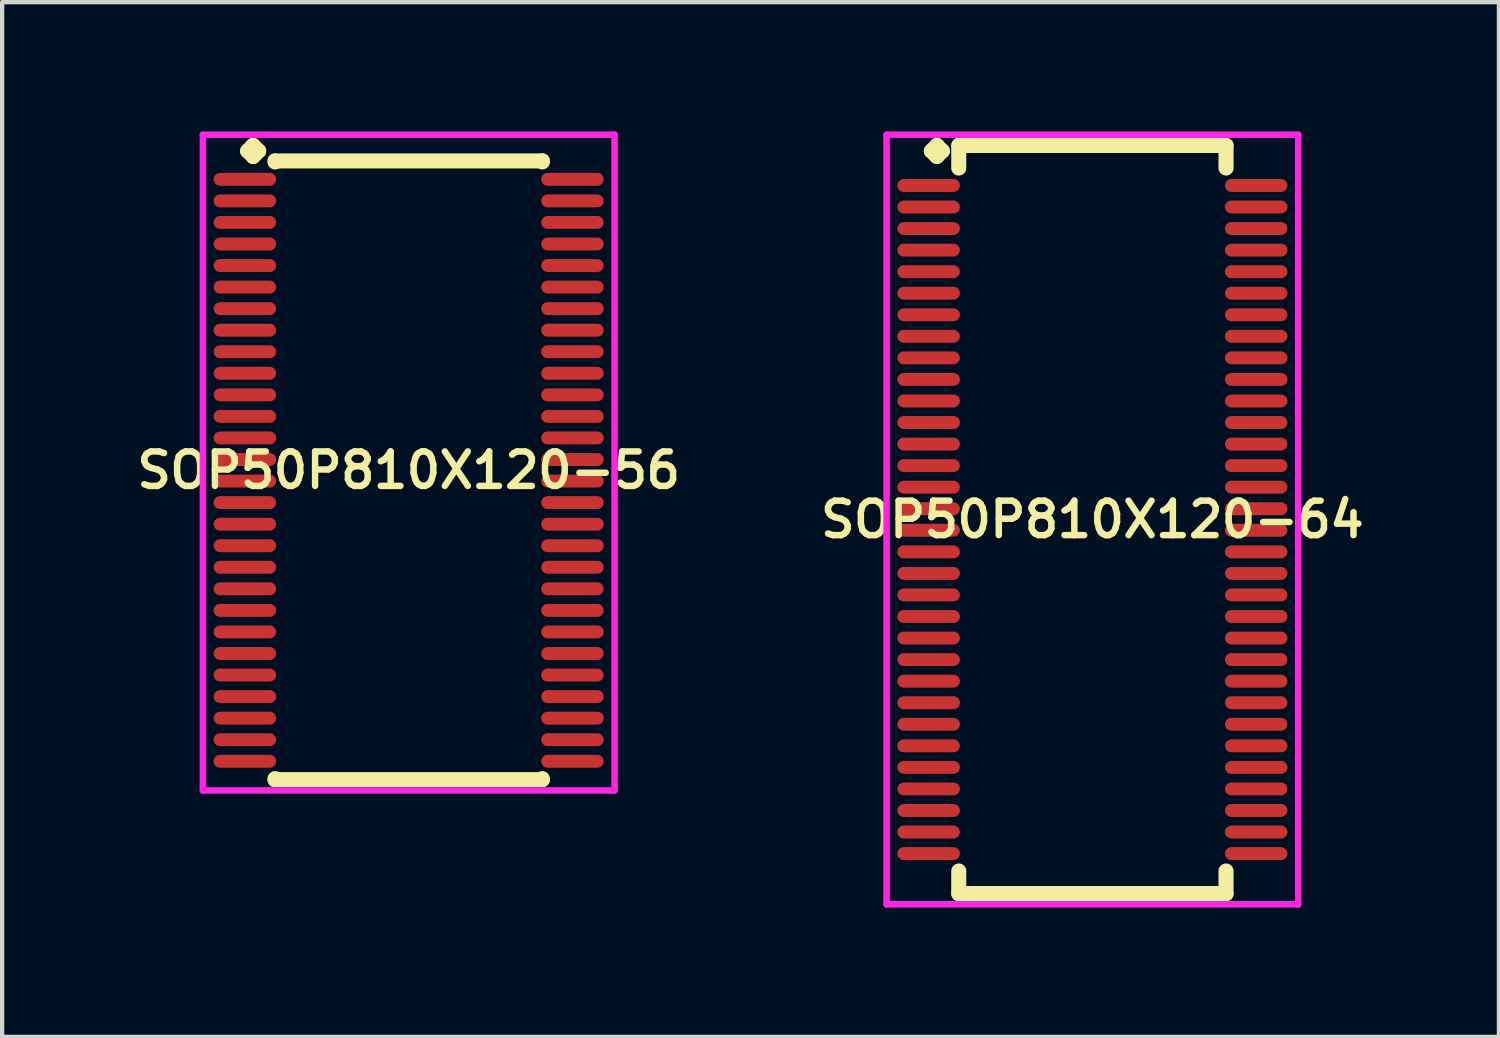
<source format=kicad_pcb>
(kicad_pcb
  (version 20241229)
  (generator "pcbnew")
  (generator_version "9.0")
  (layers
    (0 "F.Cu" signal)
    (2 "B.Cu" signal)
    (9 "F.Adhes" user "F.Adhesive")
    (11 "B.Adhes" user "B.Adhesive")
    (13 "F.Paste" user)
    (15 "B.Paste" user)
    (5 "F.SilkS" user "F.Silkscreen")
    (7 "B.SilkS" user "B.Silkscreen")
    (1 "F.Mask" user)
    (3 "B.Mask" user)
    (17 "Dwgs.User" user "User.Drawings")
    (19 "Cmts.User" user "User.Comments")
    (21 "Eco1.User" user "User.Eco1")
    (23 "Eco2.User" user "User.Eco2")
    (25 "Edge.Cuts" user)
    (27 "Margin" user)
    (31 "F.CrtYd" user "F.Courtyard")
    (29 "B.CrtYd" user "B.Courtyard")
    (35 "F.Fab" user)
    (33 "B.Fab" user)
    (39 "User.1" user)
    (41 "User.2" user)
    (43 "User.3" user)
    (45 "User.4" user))
  (footprint "SOP50P810X120-64"
    (layer "F.Cu")
    (at 22.292 9.002)
    (property "Reference" "SOP50P810X120-64" (at 0 0 0) (layer "F.SilkS") (effects (font (size 0.8 0.8) (thickness 0.15))))
    (attr through_hole)
    (fp_line (start -3.735 -8.55) (end -3.608 -8.677) (stroke (width 0.35) (type solid)) (layer "F.SilkS"))
    (fp_line (start -3.608 -8.677) (end -3.481 -8.55) (stroke (width 0.35) (type solid)) (layer "F.SilkS"))
    (fp_line (start -3.608 -8.423) (end -3.735 -8.55) (stroke (width 0.35) (type solid)) (layer "F.SilkS"))
    (fp_line (start -3.481 -8.55) (end -3.608 -8.423) (stroke (width 0.35) (type solid)) (layer "F.SilkS"))
    (fp_line (start -3.1 -8.677) (end 3.1 -8.677) (stroke (width 0.35) (type solid)) (layer "F.SilkS"))
    (fp_line (start -3.1 -8.154) (end -3.1 -8.677) (stroke (width 0.35) (type solid)) (layer "F.SilkS"))
    (fp_line (start -3.1 8.154) (end -3.1 8.677) (stroke (width 0.35) (type solid)) (layer "F.SilkS"))
    (fp_line (start -3.1 8.677) (end 3.1 8.677) (stroke (width 0.35) (type solid)) (layer "F.SilkS"))
    (fp_line (start 3.1 -8.677) (end 3.1 -8.154) (stroke (width 0.35) (type solid)) (layer "F.SilkS"))
    (fp_line (start 3.1 8.677) (end 3.1 8.154) (stroke (width 0.35) (type solid)) (layer "F.SilkS"))
    (fp_line (start -4.775 -8.927) (end 4.775 -8.927) (stroke (width 0.15) (type solid)) (layer "F.CrtYd"))
    (fp_line (start -4.775 8.927) (end -4.775 -8.927) (stroke (width 0.15) (type solid)) (layer "F.CrtYd"))
    (fp_line (start 4.775 -8.927) (end 4.775 8.927) (stroke (width 0.15) (type solid)) (layer "F.CrtYd"))
    (fp_line (start 4.775 8.927) (end -4.775 8.927) (stroke (width 0.15) (type solid)) (layer "F.CrtYd"))
    (pad "1" smd oval (at -3.8 -7.75) (size 1.45 0.3) (layers "F.Cu" "F.Mask" "F.Paste"))
    (pad "2" smd oval (at -3.8 -7.25) (size 1.45 0.3) (layers "F.Cu" "F.Mask" "F.Paste"))
    (pad "3" smd oval (at -3.8 -6.75) (size 1.45 0.3) (layers "F.Cu" "F.Mask" "F.Paste"))
    (pad "4" smd oval (at -3.8 -6.25) (size 1.45 0.3) (layers "F.Cu" "F.Mask" "F.Paste"))
    (pad "5" smd oval (at -3.8 -5.75) (size 1.45 0.3) (layers "F.Cu" "F.Mask" "F.Paste"))
    (pad "6" smd oval (at -3.8 -5.25) (size 1.45 0.3) (layers "F.Cu" "F.Mask" "F.Paste"))
    (pad "7" smd oval (at -3.8 -4.75) (size 1.45 0.3) (layers "F.Cu" "F.Mask" "F.Paste"))
    (pad "8" smd oval (at -3.8 -4.25) (size 1.45 0.3) (layers "F.Cu" "F.Mask" "F.Paste"))
    (pad "9" smd oval (at -3.8 -3.75) (size 1.45 0.3) (layers "F.Cu" "F.Mask" "F.Paste"))
    (pad "10" smd oval (at -3.8 -3.25) (size 1.45 0.3) (layers "F.Cu" "F.Mask" "F.Paste"))
    (pad "11" smd oval (at -3.8 -2.75) (size 1.45 0.3) (layers "F.Cu" "F.Mask" "F.Paste"))
    (pad "12" smd oval (at -3.8 -2.25) (size 1.45 0.3) (layers "F.Cu" "F.Mask" "F.Paste"))
    (pad "13" smd oval (at -3.8 -1.75) (size 1.45 0.3) (layers "F.Cu" "F.Mask" "F.Paste"))
    (pad "14" smd oval (at -3.8 -1.25) (size 1.45 0.3) (layers "F.Cu" "F.Mask" "F.Paste"))
    (pad "15" smd oval (at -3.8 -0.75) (size 1.45 0.3) (layers "F.Cu" "F.Mask" "F.Paste"))
    (pad "16" smd oval (at -3.8 -0.25) (size 1.45 0.3) (layers "F.Cu" "F.Mask" "F.Paste"))
    (pad "17" smd oval (at -3.8 0.25) (size 1.45 0.3) (layers "F.Cu" "F.Mask" "F.Paste"))
    (pad "18" smd oval (at -3.8 0.75) (size 1.45 0.3) (layers "F.Cu" "F.Mask" "F.Paste"))
    (pad "19" smd oval (at -3.8 1.25) (size 1.45 0.3) (layers "F.Cu" "F.Mask" "F.Paste"))
    (pad "20" smd oval (at -3.8 1.75) (size 1.45 0.3) (layers "F.Cu" "F.Mask" "F.Paste"))
    (pad "21" smd oval (at -3.8 2.25) (size 1.45 0.3) (layers "F.Cu" "F.Mask" "F.Paste"))
    (pad "22" smd oval (at -3.8 2.75) (size 1.45 0.3) (layers "F.Cu" "F.Mask" "F.Paste"))
    (pad "23" smd oval (at -3.8 3.25) (size 1.45 0.3) (layers "F.Cu" "F.Mask" "F.Paste"))
    (pad "24" smd oval (at -3.8 3.75) (size 1.45 0.3) (layers "F.Cu" "F.Mask" "F.Paste"))
    (pad "25" smd oval (at -3.8 4.25) (size 1.45 0.3) (layers "F.Cu" "F.Mask" "F.Paste"))
    (pad "26" smd oval (at -3.8 4.75) (size 1.45 0.3) (layers "F.Cu" "F.Mask" "F.Paste"))
    (pad "27" smd oval (at -3.8 5.25) (size 1.45 0.3) (layers "F.Cu" "F.Mask" "F.Paste"))
    (pad "28" smd oval (at -3.8 5.75) (size 1.45 0.3) (layers "F.Cu" "F.Mask" "F.Paste"))
    (pad "29" smd oval (at -3.8 6.25) (size 1.45 0.3) (layers "F.Cu" "F.Mask" "F.Paste"))
    (pad "30" smd oval (at -3.8 6.75) (size 1.45 0.3) (layers "F.Cu" "F.Mask" "F.Paste"))
    (pad "31" smd oval (at -3.8 7.25) (size 1.45 0.3) (layers "F.Cu" "F.Mask" "F.Paste"))
    (pad "32" smd oval (at -3.8 7.75) (size 1.45 0.3) (layers "F.Cu" "F.Mask" "F.Paste"))
    (pad "33" smd oval (at 3.8 7.75) (size 1.45 0.3) (layers "F.Cu" "F.Mask" "F.Paste"))
    (pad "34" smd oval (at 3.8 7.25) (size 1.45 0.3) (layers "F.Cu" "F.Mask" "F.Paste"))
    (pad "35" smd oval (at 3.8 6.75) (size 1.45 0.3) (layers "F.Cu" "F.Mask" "F.Paste"))
    (pad "36" smd oval (at 3.8 6.25) (size 1.45 0.3) (layers "F.Cu" "F.Mask" "F.Paste"))
    (pad "37" smd oval (at 3.8 5.75) (size 1.45 0.3) (layers "F.Cu" "F.Mask" "F.Paste"))
    (pad "38" smd oval (at 3.8 5.25) (size 1.45 0.3) (layers "F.Cu" "F.Mask" "F.Paste"))
    (pad "39" smd oval (at 3.8 4.75) (size 1.45 0.3) (layers "F.Cu" "F.Mask" "F.Paste"))
    (pad "40" smd oval (at 3.8 4.25) (size 1.45 0.3) (layers "F.Cu" "F.Mask" "F.Paste"))
    (pad "41" smd oval (at 3.8 3.75) (size 1.45 0.3) (layers "F.Cu" "F.Mask" "F.Paste"))
    (pad "42" smd oval (at 3.8 3.25) (size 1.45 0.3) (layers "F.Cu" "F.Mask" "F.Paste"))
    (pad "43" smd oval (at 3.8 2.75) (size 1.45 0.3) (layers "F.Cu" "F.Mask" "F.Paste"))
    (pad "44" smd oval (at 3.8 2.25) (size 1.45 0.3) (layers "F.Cu" "F.Mask" "F.Paste"))
    (pad "45" smd oval (at 3.8 1.75) (size 1.45 0.3) (layers "F.Cu" "F.Mask" "F.Paste"))
    (pad "46" smd oval (at 3.8 1.25) (size 1.45 0.3) (layers "F.Cu" "F.Mask" "F.Paste"))
    (pad "47" smd oval (at 3.8 0.75) (size 1.45 0.3) (layers "F.Cu" "F.Mask" "F.Paste"))
    (pad "48" smd oval (at 3.8 0.25) (size 1.45 0.3) (layers "F.Cu" "F.Mask" "F.Paste"))
    (pad "49" smd oval (at 3.8 -0.25) (size 1.45 0.3) (layers "F.Cu" "F.Mask" "F.Paste"))
    (pad "50" smd oval (at 3.8 -0.75) (size 1.45 0.3) (layers "F.Cu" "F.Mask" "F.Paste"))
    (pad "51" smd oval (at 3.8 -1.25) (size 1.45 0.3) (layers "F.Cu" "F.Mask" "F.Paste"))
    (pad "52" smd oval (at 3.8 -1.75) (size 1.45 0.3) (layers "F.Cu" "F.Mask" "F.Paste"))
    (pad "53" smd oval (at 3.8 -2.25) (size 1.45 0.3) (layers "F.Cu" "F.Mask" "F.Paste"))
    (pad "54" smd oval (at 3.8 -2.75) (size 1.45 0.3) (layers "F.Cu" "F.Mask" "F.Paste"))
    (pad "55" smd oval (at 3.8 -3.25) (size 1.45 0.3) (layers "F.Cu" "F.Mask" "F.Paste"))
    (pad "56" smd oval (at 3.8 -3.75) (size 1.45 0.3) (layers "F.Cu" "F.Mask" "F.Paste"))
    (pad "57" smd oval (at 3.8 -4.25) (size 1.45 0.3) (layers "F.Cu" "F.Mask" "F.Paste"))
    (pad "58" smd oval (at 3.8 -4.75) (size 1.45 0.3) (layers "F.Cu" "F.Mask" "F.Paste"))
    (pad "59" smd oval (at 3.8 -5.25) (size 1.45 0.3) (layers "F.Cu" "F.Mask" "F.Paste"))
    (pad "60" smd oval (at 3.8 -5.75) (size 1.45 0.3) (layers "F.Cu" "F.Mask" "F.Paste"))
    (pad "61" smd oval (at 3.8 -6.25) (size 1.45 0.3) (layers "F.Cu" "F.Mask" "F.Paste"))
    (pad "62" smd oval (at 3.8 -6.75) (size 1.45 0.3) (layers "F.Cu" "F.Mask" "F.Paste"))
    (pad "63" smd oval (at 3.8 -7.25) (size 1.45 0.3) (layers "F.Cu" "F.Mask" "F.Paste"))
    (pad "64" smd oval (at 3.8 -7.75) (size 1.45 0.3) (layers "F.Cu" "F.Mask" "F.Paste")))
  (footprint "SOP50P810X120-56"
    (layer "F.Cu")
    (at 6.431 7.86)
    (property "Reference" "SOP50P810X120-56" (at 0 0 0) (layer "F.SilkS") (effects (font (size 0.8 0.8) (thickness 0.15))))
    (attr smd)
    (fp_line (start -3.735 -7.408) (end -3.608 -7.535) (stroke (width 0.35) (type solid)) (layer "F.SilkS"))
    (fp_line (start -3.608 -7.535) (end -3.481 -7.408) (stroke (width 0.35) (type solid)) (layer "F.SilkS"))
    (fp_line (start -3.608 -7.281) (end -3.735 -7.408) (stroke (width 0.35) (type solid)) (layer "F.SilkS"))
    (fp_line (start -3.481 -7.408) (end -3.608 -7.281) (stroke (width 0.35) (type solid)) (layer "F.SilkS"))
    (fp_line (start -3.1 -7.177) (end 3.1 -7.177) (stroke (width 0.35) (type solid)) (layer "F.SilkS"))
    (fp_line (start -3.1 -7.154) (end -3.1 -7.177) (stroke (width 0.35) (type solid)) (layer "F.SilkS"))
    (fp_line (start -3.1 7.154) (end -3.1 7.177) (stroke (width 0.35) (type solid)) (layer "F.SilkS"))
    (fp_line (start -3.1 7.177) (end 3.1 7.177) (stroke (width 0.35) (type solid)) (layer "F.SilkS"))
    (fp_line (start 3.1 -7.177) (end 3.1 -7.154) (stroke (width 0.35) (type solid)) (layer "F.SilkS"))
    (fp_line (start 3.1 7.177) (end 3.1 7.154) (stroke (width 0.35) (type solid)) (layer "F.SilkS"))
    (fp_line (start -4.775 -7.785) (end 4.775 -7.785) (stroke (width 0.15) (type solid)) (layer "F.CrtYd"))
    (fp_line (start -4.775 7.427) (end -4.775 -7.785) (stroke (width 0.15) (type solid)) (layer "F.CrtYd"))
    (fp_line (start 4.775 -7.785) (end 4.775 7.427) (stroke (width 0.15) (type solid)) (layer "F.CrtYd"))
    (fp_line (start 4.775 7.427) (end -4.775 7.427) (stroke (width 0.15) (type solid)) (layer "F.CrtYd"))
    (pad "1" smd oval (at -3.8 -6.75) (size 1.45 0.3) (layers "F.Cu" "F.Mask" "F.Paste"))
    (pad "2" smd oval (at -3.8 -6.25) (size 1.45 0.3) (layers "F.Cu" "F.Mask" "F.Paste"))
    (pad "3" smd oval (at -3.8 -5.75) (size 1.45 0.3) (layers "F.Cu" "F.Mask" "F.Paste"))
    (pad "4" smd oval (at -3.8 -5.25) (size 1.45 0.3) (layers "F.Cu" "F.Mask" "F.Paste"))
    (pad "5" smd oval (at -3.8 -4.75) (size 1.45 0.3) (layers "F.Cu" "F.Mask" "F.Paste"))
    (pad "6" smd oval (at -3.8 -4.25) (size 1.45 0.3) (layers "F.Cu" "F.Mask" "F.Paste"))
    (pad "7" smd oval (at -3.8 -3.75) (size 1.45 0.3) (layers "F.Cu" "F.Mask" "F.Paste"))
    (pad "8" smd oval (at -3.8 -3.25) (size 1.45 0.3) (layers "F.Cu" "F.Mask" "F.Paste"))
    (pad "9" smd oval (at -3.8 -2.75) (size 1.45 0.3) (layers "F.Cu" "F.Mask" "F.Paste"))
    (pad "10" smd oval (at -3.8 -2.25) (size 1.45 0.3) (layers "F.Cu" "F.Mask" "F.Paste"))
    (pad "11" smd oval (at -3.8 -1.75) (size 1.45 0.3) (layers "F.Cu" "F.Mask" "F.Paste"))
    (pad "12" smd oval (at -3.8 -1.25) (size 1.45 0.3) (layers "F.Cu" "F.Mask" "F.Paste"))
    (pad "13" smd oval (at -3.8 -0.75) (size 1.45 0.3) (layers "F.Cu" "F.Mask" "F.Paste"))
    (pad "14" smd oval (at -3.8 -0.25) (size 1.45 0.3) (layers "F.Cu" "F.Mask" "F.Paste"))
    (pad "15" smd oval (at -3.8 0.25) (size 1.45 0.3) (layers "F.Cu" "F.Mask" "F.Paste"))
    (pad "16" smd oval (at -3.8 0.75) (size 1.45 0.3) (layers "F.Cu" "F.Mask" "F.Paste"))
    (pad "17" smd oval (at -3.8 1.25) (size 1.45 0.3) (layers "F.Cu" "F.Mask" "F.Paste"))
    (pad "18" smd oval (at -3.8 1.75) (size 1.45 0.3) (layers "F.Cu" "F.Mask" "F.Paste"))
    (pad "19" smd oval (at -3.8 2.25) (size 1.45 0.3) (layers "F.Cu" "F.Mask" "F.Paste"))
    (pad "20" smd oval (at -3.8 2.75) (size 1.45 0.3) (layers "F.Cu" "F.Mask" "F.Paste"))
    (pad "21" smd oval (at -3.8 3.25) (size 1.45 0.3) (layers "F.Cu" "F.Mask" "F.Paste"))
    (pad "22" smd oval (at -3.8 3.75) (size 1.45 0.3) (layers "F.Cu" "F.Mask" "F.Paste"))
    (pad "23" smd oval (at -3.8 4.25) (size 1.45 0.3) (layers "F.Cu" "F.Mask" "F.Paste"))
    (pad "24" smd oval (at -3.8 4.75) (size 1.45 0.3) (layers "F.Cu" "F.Mask" "F.Paste"))
    (pad "25" smd oval (at -3.8 5.25) (size 1.45 0.3) (layers "F.Cu" "F.Mask" "F.Paste"))
    (pad "26" smd oval (at -3.8 5.75) (size 1.45 0.3) (layers "F.Cu" "F.Mask" "F.Paste"))
    (pad "27" smd oval (at -3.8 6.25) (size 1.45 0.3) (layers "F.Cu" "F.Mask" "F.Paste"))
    (pad "28" smd oval (at -3.8 6.75) (size 1.45 0.3) (layers "F.Cu" "F.Mask" "F.Paste"))
    (pad "29" smd oval (at 3.8 6.75) (size 1.45 0.3) (layers "F.Cu" "F.Mask" "F.Paste"))
    (pad "30" smd oval (at 3.8 6.25) (size 1.45 0.3) (layers "F.Cu" "F.Mask" "F.Paste"))
    (pad "31" smd oval (at 3.8 5.75) (size 1.45 0.3) (layers "F.Cu" "F.Mask" "F.Paste"))
    (pad "32" smd oval (at 3.8 5.25) (size 1.45 0.3) (layers "F.Cu" "F.Mask" "F.Paste"))
    (pad "33" smd oval (at 3.8 4.75) (size 1.45 0.3) (layers "F.Cu" "F.Mask" "F.Paste"))
    (pad "34" smd oval (at 3.8 4.25) (size 1.45 0.3) (layers "F.Cu" "F.Mask" "F.Paste"))
    (pad "35" smd oval (at 3.8 3.75) (size 1.45 0.3) (layers "F.Cu" "F.Mask" "F.Paste"))
    (pad "36" smd oval (at 3.8 3.25) (size 1.45 0.3) (layers "F.Cu" "F.Mask" "F.Paste"))
    (pad "37" smd oval (at 3.8 2.75) (size 1.45 0.3) (layers "F.Cu" "F.Mask" "F.Paste"))
    (pad "38" smd oval (at 3.8 2.25) (size 1.45 0.3) (layers "F.Cu" "F.Mask" "F.Paste"))
    (pad "39" smd oval (at 3.8 1.75) (size 1.45 0.3) (layers "F.Cu" "F.Mask" "F.Paste"))
    (pad "40" smd oval (at 3.8 1.25) (size 1.45 0.3) (layers "F.Cu" "F.Mask" "F.Paste"))
    (pad "41" smd oval (at 3.8 0.75) (size 1.45 0.3) (layers "F.Cu" "F.Mask" "F.Paste"))
    (pad "42" smd oval (at 3.8 0.25) (size 1.45 0.3) (layers "F.Cu" "F.Mask" "F.Paste"))
    (pad "43" smd oval (at 3.8 -0.25) (size 1.45 0.3) (layers "F.Cu" "F.Mask" "F.Paste"))
    (pad "44" smd oval (at 3.8 -0.75) (size 1.45 0.3) (layers "F.Cu" "F.Mask" "F.Paste"))
    (pad "45" smd oval (at 3.8 -1.25) (size 1.45 0.3) (layers "F.Cu" "F.Mask" "F.Paste"))
    (pad "46" smd oval (at 3.8 -1.75) (size 1.45 0.3) (layers "F.Cu" "F.Mask" "F.Paste"))
    (pad "47" smd oval (at 3.8 -2.25) (size 1.45 0.3) (layers "F.Cu" "F.Mask" "F.Paste"))
    (pad "48" smd oval (at 3.8 -2.75) (size 1.45 0.3) (layers "F.Cu" "F.Mask" "F.Paste"))
    (pad "49" smd oval (at 3.8 -3.25) (size 1.45 0.3) (layers "F.Cu" "F.Mask" "F.Paste"))
    (pad "50" smd oval (at 3.8 -3.75) (size 1.45 0.3) (layers "F.Cu" "F.Mask" "F.Paste"))
    (pad "51" smd oval (at 3.8 -4.25) (size 1.45 0.3) (layers "F.Cu" "F.Mask" "F.Paste"))
    (pad "52" smd oval (at 3.8 -4.75) (size 1.45 0.3) (layers "F.Cu" "F.Mask" "F.Paste"))
    (pad "53" smd oval (at 3.8 -5.25) (size 1.45 0.3) (layers "F.Cu" "F.Mask" "F.Paste"))
    (pad "54" smd oval (at 3.8 -5.75) (size 1.45 0.3) (layers "F.Cu" "F.Mask" "F.Paste"))
    (pad "55" smd oval (at 3.8 -6.25) (size 1.45 0.3) (layers "F.Cu" "F.Mask" "F.Paste"))
    (pad "56" smd oval (at 3.8 -6.75) (size 1.45 0.3) (layers "F.Cu" "F.Mask" "F.Paste")))
  (gr_rect
    (start -3 -3)
    (end 31.723 21.004)
    (stroke (width 0.1) (type default))
    (fill no)
    (layer "Edge.Cuts")))
</source>
